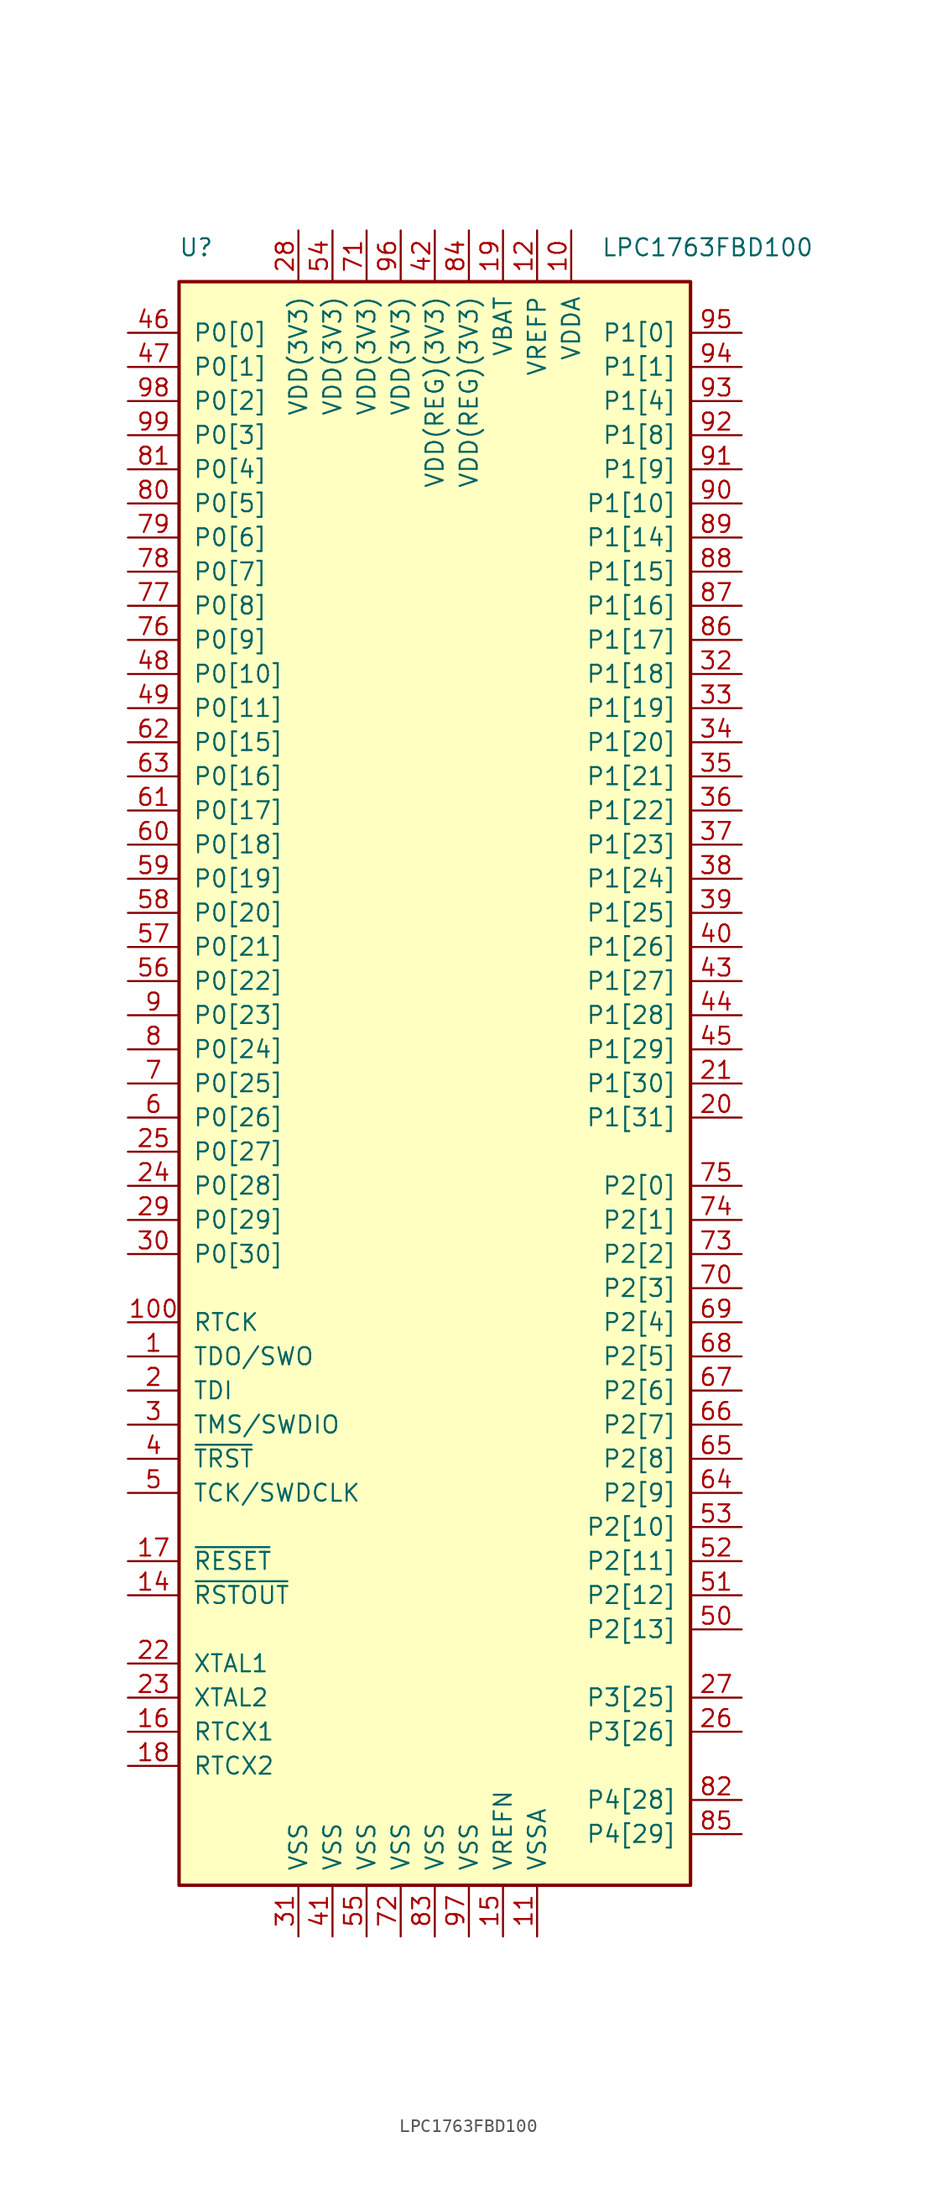
<source format=kicad_sym>
(kicad_symbol_lib
  (version 20241209)
  (generator "kicad_symbol_editor")
  (generator_version "9.0")
  (symbol "LPC1763FBD100"
    (pin_names
      (offset 1.016))
    (property "Reference" "U"
      (at -17.78 62.23 0)
      (effects (font (size 1.27 1.27))))
    (property "Value" "LPC1763FBD100"
      (at 20.32 62.23 0)
      (effects (font (size 1.27 1.27))))
    (symbol "LPC1763FBD100_0_1"
      (rectangle (start -19.05 59.69) (end 19.05 -59.69) (stroke (width 0.254) (type default)) (fill (type background))))
    (symbol "LPC1763FBD100_1_1"
      (pin bidirectional line (at -22.86 55.88 0) (length 3.81) (name "P0[0]" (effects (font (size 1.27 1.27)))) (number "46" (effects (font (size 1.27 1.27)))))
      (pin bidirectional line (at -22.86 53.34 0) (length 3.81) (name "P0[1]" (effects (font (size 1.27 1.27)))) (number "47" (effects (font (size 1.27 1.27)))))
      (pin bidirectional line (at -22.86 50.8 0) (length 3.81) (name "P0[2]" (effects (font (size 1.27 1.27)))) (number "98" (effects (font (size 1.27 1.27)))))
      (pin bidirectional line (at -22.86 48.26 0) (length 3.81) (name "P0[3]" (effects (font (size 1.27 1.27)))) (number "99" (effects (font (size 1.27 1.27)))))
      (pin bidirectional line (at -22.86 45.72 0) (length 3.81) (name "P0[4]" (effects (font (size 1.27 1.27)))) (number "81" (effects (font (size 1.27 1.27)))))
      (pin bidirectional line (at -22.86 43.18 0) (length 3.81) (name "P0[5]" (effects (font (size 1.27 1.27)))) (number "80" (effects (font (size 1.27 1.27)))))
      (pin bidirectional line (at -22.86 40.64 0) (length 3.81) (name "P0[6]" (effects (font (size 1.27 1.27)))) (number "79" (effects (font (size 1.27 1.27)))))
      (pin bidirectional line (at -22.86 38.1 0) (length 3.81) (name "P0[7]" (effects (font (size 1.27 1.27)))) (number "78" (effects (font (size 1.27 1.27)))))
      (pin bidirectional line (at -22.86 35.56 0) (length 3.81) (name "P0[8]" (effects (font (size 1.27 1.27)))) (number "77" (effects (font (size 1.27 1.27)))))
      (pin bidirectional line (at -22.86 33.02 0) (length 3.81) (name "P0[9]" (effects (font (size 1.27 1.27)))) (number "76" (effects (font (size 1.27 1.27)))))
      (pin bidirectional line (at -22.86 30.48 0) (length 3.81) (name "P0[10]" (effects (font (size 1.27 1.27)))) (number "48" (effects (font (size 1.27 1.27)))))
      (pin bidirectional line (at -22.86 27.94 0) (length 3.81) (name "P0[11]" (effects (font (size 1.27 1.27)))) (number "49" (effects (font (size 1.27 1.27)))))
      (pin bidirectional line (at -22.86 25.4 0) (length 3.81) (name "P0[15]" (effects (font (size 1.27 1.27)))) (number "62" (effects (font (size 1.27 1.27)))))
      (pin bidirectional line (at -22.86 22.86 0) (length 3.81) (name "P0[16]" (effects (font (size 1.27 1.27)))) (number "63" (effects (font (size 1.27 1.27)))))
      (pin bidirectional line (at -22.86 20.32 0) (length 3.81) (name "P0[17]" (effects (font (size 1.27 1.27)))) (number "61" (effects (font (size 1.27 1.27)))))
      (pin bidirectional line (at -22.86 17.78 0) (length 3.81) (name "P0[18]" (effects (font (size 1.27 1.27)))) (number "60" (effects (font (size 1.27 1.27)))))
      (pin bidirectional line (at -22.86 15.24 0) (length 3.81) (name "P0[19]" (effects (font (size 1.27 1.27)))) (number "59" (effects (font (size 1.27 1.27)))))
      (pin bidirectional line (at -22.86 12.7 0) (length 3.81) (name "P0[20]" (effects (font (size 1.27 1.27)))) (number "58" (effects (font (size 1.27 1.27)))))
      (pin bidirectional line (at -22.86 10.16 0) (length 3.81) (name "P0[21]" (effects (font (size 1.27 1.27)))) (number "57" (effects (font (size 1.27 1.27)))))
      (pin bidirectional line (at -22.86 7.62 0) (length 3.81) (name "P0[22]" (effects (font (size 1.27 1.27)))) (number "56" (effects (font (size 1.27 1.27)))))
      (pin bidirectional line (at -22.86 5.08 0) (length 3.81) (name "P0[23]" (effects (font (size 1.27 1.27)))) (number "9" (effects (font (size 1.27 1.27)))))
      (pin bidirectional line (at -22.86 2.54 0) (length 3.81) (name "P0[24]" (effects (font (size 1.27 1.27)))) (number "8" (effects (font (size 1.27 1.27)))))
      (pin bidirectional line (at -22.86 0 0) (length 3.81) (name "P0[25]" (effects (font (size 1.27 1.27)))) (number "7" (effects (font (size 1.27 1.27)))))
      (pin bidirectional line (at -22.86 -2.54 0) (length 3.81) (name "P0[26]" (effects (font (size 1.27 1.27)))) (number "6" (effects (font (size 1.27 1.27)))))
      (pin bidirectional line (at -22.86 -5.08 0) (length 3.81) (name "P0[27]" (effects (font (size 1.27 1.27)))) (number "25" (effects (font (size 1.27 1.27)))))
      (pin bidirectional line (at -22.86 -7.62 0) (length 3.81) (name "P0[28]" (effects (font (size 1.27 1.27)))) (number "24" (effects (font (size 1.27 1.27)))))
      (pin bidirectional line (at -22.86 -10.16 0) (length 3.81) (name "P0[29]" (effects (font (size 1.27 1.27)))) (number "29" (effects (font (size 1.27 1.27)))))
      (pin bidirectional line (at -22.86 -12.7 0) (length 3.81) (name "P0[30]" (effects (font (size 1.27 1.27)))) (number "30" (effects (font (size 1.27 1.27)))))
      (pin output line (at -22.86 -17.78 0) (length 3.81) (name "RTCK" (effects (font (size 1.27 1.27)))) (number "100" (effects (font (size 1.27 1.27)))))
      (pin output line (at -22.86 -20.32 0) (length 3.81) (name "TDO/SWO" (effects (font (size 1.27 1.27)))) (number "1" (effects (font (size 1.27 1.27)))))
      (pin input line (at -22.86 -22.86 0) (length 3.81) (name "TDI" (effects (font (size 1.27 1.27)))) (number "2" (effects (font (size 1.27 1.27)))))
      (pin bidirectional line (at -22.86 -25.4 0) (length 3.81) (name "TMS/SWDIO" (effects (font (size 1.27 1.27)))) (number "3" (effects (font (size 1.27 1.27)))))
      (pin input line (at -22.86 -27.94 0) (length 3.81) (name "~{TRST}" (effects (font (size 1.27 1.27)))) (number "4" (effects (font (size 1.27 1.27)))))
      (pin input line (at -22.86 -30.48 0) (length 3.81) (name "TCK/SWDCLK" (effects (font (size 1.27 1.27)))) (number "5" (effects (font (size 1.27 1.27)))))
      (pin input line (at -22.86 -35.56 0) (length 3.81) (name "~{RESET}" (effects (font (size 1.27 1.27)))) (number "17" (effects (font (size 1.27 1.27)))))
      (pin output line (at -22.86 -38.1 0) (length 3.81) (name "~{RSTOUT}" (effects (font (size 1.27 1.27)))) (number "14" (effects (font (size 1.27 1.27)))))
      (pin input line (at -22.86 -43.18 0) (length 3.81) (name "XTAL1" (effects (font (size 1.27 1.27)))) (number "22" (effects (font (size 1.27 1.27)))))
      (pin output line (at -22.86 -45.72 0) (length 3.81) (name "XTAL2" (effects (font (size 1.27 1.27)))) (number "23" (effects (font (size 1.27 1.27)))))
      (pin input line (at -22.86 -48.26 0) (length 3.81) (name "RTCX1" (effects (font (size 1.27 1.27)))) (number "16" (effects (font (size 1.27 1.27)))))
      (pin output line (at -22.86 -50.8 0) (length 3.81) (name "RTCX2" (effects (font (size 1.27 1.27)))) (number "18" (effects (font (size 1.27 1.27)))))
      (pin no_connect line (at -19.05 -55.88 0) (length 3.81) (hide yes) (name "NC" (effects (font (size 1.27 1.27)))) (number "13" (effects (font (size 1.27 1.27)))))
      (pin power_in line (at -10.16 63.5 270) (length 3.81) (name "VDD(3V3)" (effects (font (size 1.27 1.27)))) (number "28" (effects (font (size 1.27 1.27)))))
      (pin power_in line (at -10.16 -63.5 90) (length 3.81) (name "VSS" (effects (font (size 1.27 1.27)))) (number "31" (effects (font (size 1.27 1.27)))))
      (pin power_in line (at -7.62 63.5 270) (length 3.81) (name "VDD(3V3)" (effects (font (size 1.27 1.27)))) (number "54" (effects (font (size 1.27 1.27)))))
      (pin power_in line (at -7.62 -63.5 90) (length 3.81) (name "VSS" (effects (font (size 1.27 1.27)))) (number "41" (effects (font (size 1.27 1.27)))))
      (pin power_in line (at -5.08 63.5 270) (length 3.81) (name "VDD(3V3)" (effects (font (size 1.27 1.27)))) (number "71" (effects (font (size 1.27 1.27)))))
      (pin power_in line (at -5.08 -63.5 90) (length 3.81) (name "VSS" (effects (font (size 1.27 1.27)))) (number "55" (effects (font (size 1.27 1.27)))))
      (pin power_in line (at -2.54 63.5 270) (length 3.81) (name "VDD(3V3)" (effects (font (size 1.27 1.27)))) (number "96" (effects (font (size 1.27 1.27)))))
      (pin power_in line (at -2.54 -63.5 90) (length 3.81) (name "VSS" (effects (font (size 1.27 1.27)))) (number "72" (effects (font (size 1.27 1.27)))))
      (pin power_in line (at 0 63.5 270) (length 3.81) (name "VDD(REG)(3V3)" (effects (font (size 1.27 1.27)))) (number "42" (effects (font (size 1.27 1.27)))))
      (pin power_in line (at 0 -63.5 90) (length 3.81) (name "VSS" (effects (font (size 1.27 1.27)))) (number "83" (effects (font (size 1.27 1.27)))))
      (pin power_in line (at 2.54 63.5 270) (length 3.81) (name "VDD(REG)(3V3)" (effects (font (size 1.27 1.27)))) (number "84" (effects (font (size 1.27 1.27)))))
      (pin power_in line (at 2.54 -63.5 90) (length 3.81) (name "VSS" (effects (font (size 1.27 1.27)))) (number "97" (effects (font (size 1.27 1.27)))))
      (pin power_in line (at 5.08 63.5 270) (length 3.81) (name "VBAT" (effects (font (size 1.27 1.27)))) (number "19" (effects (font (size 1.27 1.27)))))
      (pin power_in line (at 5.08 -63.5 90) (length 3.81) (name "VREFN" (effects (font (size 1.27 1.27)))) (number "15" (effects (font (size 1.27 1.27)))))
      (pin power_in line (at 7.62 63.5 270) (length 3.81) (name "VREFP" (effects (font (size 1.27 1.27)))) (number "12" (effects (font (size 1.27 1.27)))))
      (pin power_in line (at 7.62 -63.5 90) (length 3.81) (name "VSSA" (effects (font (size 1.27 1.27)))) (number "11" (effects (font (size 1.27 1.27)))))
      (pin power_in line (at 10.16 63.5 270) (length 3.81) (name "VDDA" (effects (font (size 1.27 1.27)))) (number "10" (effects (font (size 1.27 1.27)))))
      (pin bidirectional line (at 22.86 55.88 180) (length 3.81) (name "P1[0]" (effects (font (size 1.27 1.27)))) (number "95" (effects (font (size 1.27 1.27)))))
      (pin bidirectional line (at 22.86 53.34 180) (length 3.81) (name "P1[1]" (effects (font (size 1.27 1.27)))) (number "94" (effects (font (size 1.27 1.27)))))
      (pin bidirectional line (at 22.86 50.8 180) (length 3.81) (name "P1[4]" (effects (font (size 1.27 1.27)))) (number "93" (effects (font (size 1.27 1.27)))))
      (pin bidirectional line (at 22.86 48.26 180) (length 3.81) (name "P1[8]" (effects (font (size 1.27 1.27)))) (number "92" (effects (font (size 1.27 1.27)))))
      (pin bidirectional line (at 22.86 45.72 180) (length 3.81) (name "P1[9]" (effects (font (size 1.27 1.27)))) (number "91" (effects (font (size 1.27 1.27)))))
      (pin bidirectional line (at 22.86 43.18 180) (length 3.81) (name "P1[10]" (effects (font (size 1.27 1.27)))) (number "90" (effects (font (size 1.27 1.27)))))
      (pin bidirectional line (at 22.86 40.64 180) (length 3.81) (name "P1[14]" (effects (font (size 1.27 1.27)))) (number "89" (effects (font (size 1.27 1.27)))))
      (pin bidirectional line (at 22.86 38.1 180) (length 3.81) (name "P1[15]" (effects (font (size 1.27 1.27)))) (number "88" (effects (font (size 1.27 1.27)))))
      (pin bidirectional line (at 22.86 35.56 180) (length 3.81) (name "P1[16]" (effects (font (size 1.27 1.27)))) (number "87" (effects (font (size 1.27 1.27)))))
      (pin bidirectional line (at 22.86 33.02 180) (length 3.81) (name "P1[17]" (effects (font (size 1.27 1.27)))) (number "86" (effects (font (size 1.27 1.27)))))
      (pin bidirectional line (at 22.86 30.48 180) (length 3.81) (name "P1[18]" (effects (font (size 1.27 1.27)))) (number "32" (effects (font (size 1.27 1.27)))))
      (pin bidirectional line (at 22.86 27.94 180) (length 3.81) (name "P1[19]" (effects (font (size 1.27 1.27)))) (number "33" (effects (font (size 1.27 1.27)))))
      (pin bidirectional line (at 22.86 25.4 180) (length 3.81) (name "P1[20]" (effects (font (size 1.27 1.27)))) (number "34" (effects (font (size 1.27 1.27)))))
      (pin bidirectional line (at 22.86 22.86 180) (length 3.81) (name "P1[21]" (effects (font (size 1.27 1.27)))) (number "35" (effects (font (size 1.27 1.27)))))
      (pin bidirectional line (at 22.86 20.32 180) (length 3.81) (name "P1[22]" (effects (font (size 1.27 1.27)))) (number "36" (effects (font (size 1.27 1.27)))))
      (pin bidirectional line (at 22.86 17.78 180) (length 3.81) (name "P1[23]" (effects (font (size 1.27 1.27)))) (number "37" (effects (font (size 1.27 1.27)))))
      (pin bidirectional line (at 22.86 15.24 180) (length 3.81) (name "P1[24]" (effects (font (size 1.27 1.27)))) (number "38" (effects (font (size 1.27 1.27)))))
      (pin bidirectional line (at 22.86 12.7 180) (length 3.81) (name "P1[25]" (effects (font (size 1.27 1.27)))) (number "39" (effects (font (size 1.27 1.27)))))
      (pin bidirectional line (at 22.86 10.16 180) (length 3.81) (name "P1[26]" (effects (font (size 1.27 1.27)))) (number "40" (effects (font (size 1.27 1.27)))))
      (pin bidirectional line (at 22.86 7.62 180) (length 3.81) (name "P1[27]" (effects (font (size 1.27 1.27)))) (number "43" (effects (font (size 1.27 1.27)))))
      (pin bidirectional line (at 22.86 5.08 180) (length 3.81) (name "P1[28]" (effects (font (size 1.27 1.27)))) (number "44" (effects (font (size 1.27 1.27)))))
      (pin bidirectional line (at 22.86 2.54 180) (length 3.81) (name "P1[29]" (effects (font (size 1.27 1.27)))) (number "45" (effects (font (size 1.27 1.27)))))
      (pin bidirectional line (at 22.86 0 180) (length 3.81) (name "P1[30]" (effects (font (size 1.27 1.27)))) (number "21" (effects (font (size 1.27 1.27)))))
      (pin bidirectional line (at 22.86 -2.54 180) (length 3.81) (name "P1[31]" (effects (font (size 1.27 1.27)))) (number "20" (effects (font (size 1.27 1.27)))))
      (pin bidirectional line (at 22.86 -7.62 180) (length 3.81) (name "P2[0]" (effects (font (size 1.27 1.27)))) (number "75" (effects (font (size 1.27 1.27)))))
      (pin bidirectional line (at 22.86 -10.16 180) (length 3.81) (name "P2[1]" (effects (font (size 1.27 1.27)))) (number "74" (effects (font (size 1.27 1.27)))))
      (pin bidirectional line (at 22.86 -12.7 180) (length 3.81) (name "P2[2]" (effects (font (size 1.27 1.27)))) (number "73" (effects (font (size 1.27 1.27)))))
      (pin bidirectional line (at 22.86 -15.24 180) (length 3.81) (name "P2[3]" (effects (font (size 1.27 1.27)))) (number "70" (effects (font (size 1.27 1.27)))))
      (pin bidirectional line (at 22.86 -17.78 180) (length 3.81) (name "P2[4]" (effects (font (size 1.27 1.27)))) (number "69" (effects (font (size 1.27 1.27)))))
      (pin bidirectional line (at 22.86 -20.32 180) (length 3.81) (name "P2[5]" (effects (font (size 1.27 1.27)))) (number "68" (effects (font (size 1.27 1.27)))))
      (pin bidirectional line (at 22.86 -22.86 180) (length 3.81) (name "P2[6]" (effects (font (size 1.27 1.27)))) (number "67" (effects (font (size 1.27 1.27)))))
      (pin bidirectional line (at 22.86 -25.4 180) (length 3.81) (name "P2[7]" (effects (font (size 1.27 1.27)))) (number "66" (effects (font (size 1.27 1.27)))))
      (pin bidirectional line (at 22.86 -27.94 180) (length 3.81) (name "P2[8]" (effects (font (size 1.27 1.27)))) (number "65" (effects (font (size 1.27 1.27)))))
      (pin bidirectional line (at 22.86 -30.48 180) (length 3.81) (name "P2[9]" (effects (font (size 1.27 1.27)))) (number "64" (effects (font (size 1.27 1.27)))))
      (pin bidirectional line (at 22.86 -33.02 180) (length 3.81) (name "P2[10]" (effects (font (size 1.27 1.27)))) (number "53" (effects (font (size 1.27 1.27)))))
      (pin bidirectional line (at 22.86 -35.56 180) (length 3.81) (name "P2[11]" (effects (font (size 1.27 1.27)))) (number "52" (effects (font (size 1.27 1.27)))))
      (pin bidirectional line (at 22.86 -38.1 180) (length 3.81) (name "P2[12]" (effects (font (size 1.27 1.27)))) (number "51" (effects (font (size 1.27 1.27)))))
      (pin bidirectional line (at 22.86 -40.64 180) (length 3.81) (name "P2[13]" (effects (font (size 1.27 1.27)))) (number "50" (effects (font (size 1.27 1.27)))))
      (pin bidirectional line (at 22.86 -45.72 180) (length 3.81) (name "P3[25]" (effects (font (size 1.27 1.27)))) (number "27" (effects (font (size 1.27 1.27)))))
      (pin bidirectional line (at 22.86 -48.26 180) (length 3.81) (name "P3[26]" (effects (font (size 1.27 1.27)))) (number "26" (effects (font (size 1.27 1.27)))))
      (pin bidirectional line (at 22.86 -53.34 180) (length 3.81) (name "P4[28]" (effects (font (size 1.27 1.27)))) (number "82" (effects (font (size 1.27 1.27)))))
      (pin bidirectional line (at 22.86 -55.88 180) (length 3.81) (name "P4[29]" (effects (font (size 1.27 1.27)))) (number "85" (effects (font (size 1.27 1.27))))))))
</source>
